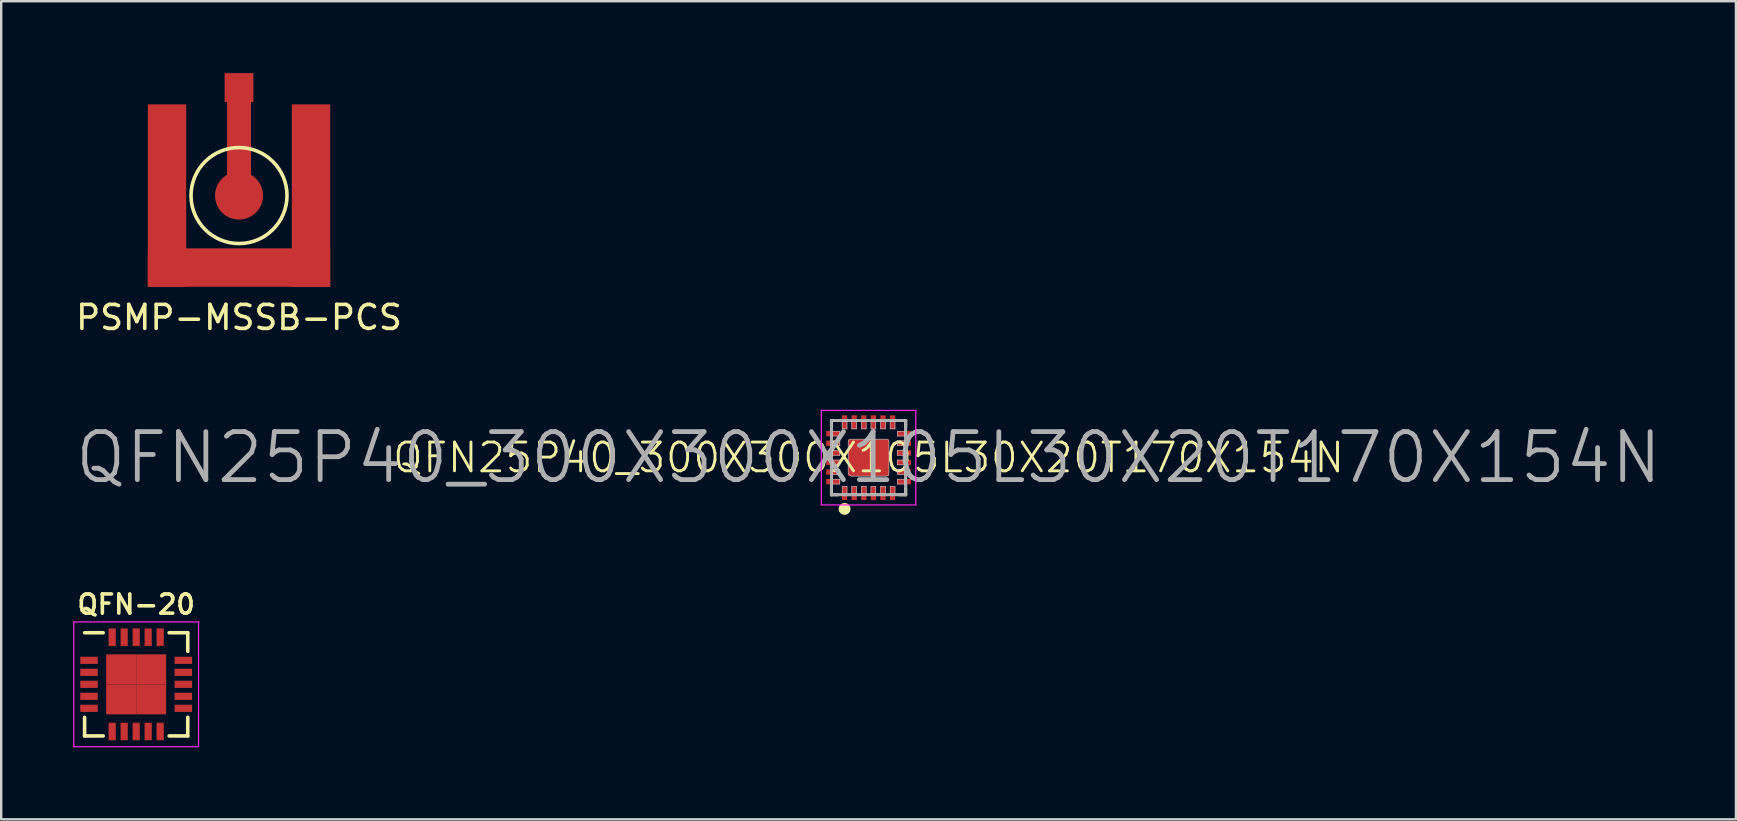
<source format=kicad_pcb>
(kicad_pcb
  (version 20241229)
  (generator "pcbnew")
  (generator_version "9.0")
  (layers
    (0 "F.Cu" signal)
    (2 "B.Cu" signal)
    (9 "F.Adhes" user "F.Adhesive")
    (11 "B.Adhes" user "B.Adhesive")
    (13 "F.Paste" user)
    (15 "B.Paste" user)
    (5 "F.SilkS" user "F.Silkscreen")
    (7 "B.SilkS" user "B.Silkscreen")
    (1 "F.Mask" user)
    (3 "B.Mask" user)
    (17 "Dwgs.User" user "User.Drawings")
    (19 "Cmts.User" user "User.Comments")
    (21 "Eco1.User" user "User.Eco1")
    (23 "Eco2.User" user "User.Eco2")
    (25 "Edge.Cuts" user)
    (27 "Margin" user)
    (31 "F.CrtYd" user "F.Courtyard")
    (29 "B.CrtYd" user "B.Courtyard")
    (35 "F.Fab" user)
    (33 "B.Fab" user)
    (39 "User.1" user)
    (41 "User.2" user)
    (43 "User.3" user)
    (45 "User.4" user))
  (footprint "QFN-20"
    (layer "F.Cu")
    (at 2.625 25.47)
    (property "Reference" "QFN-20" (at 0 -3.33 0) (layer "F.SilkS") (effects (font (size 0.8 0.8) (thickness 0.15))))
    (attr smd)
    (fp_line (start -2.15 -2.15) (end -1.375 -2.15) (stroke (width 0.15) (type solid)) (layer "F.SilkS"))
    (fp_line (start -2.15 2.15) (end -2.15 1.375) (stroke (width 0.15) (type solid)) (layer "F.SilkS"))
    (fp_line (start -2.15 2.15) (end -1.375 2.15) (stroke (width 0.15) (type solid)) (layer "F.SilkS"))
    (fp_line (start 2.15 -2.15) (end 1.375 -2.15) (stroke (width 0.15) (type solid)) (layer "F.SilkS"))
    (fp_line (start 2.15 -2.15) (end 2.15 -1.375) (stroke (width 0.15) (type solid)) (layer "F.SilkS"))
    (fp_line (start 2.15 2.15) (end 1.375 2.15) (stroke (width 0.15) (type solid)) (layer "F.SilkS"))
    (fp_line (start 2.15 2.15) (end 2.15 1.375) (stroke (width 0.15) (type solid)) (layer "F.SilkS"))
    (fp_line (start -2.6 -2.6) (end -2.6 2.6) (stroke (width 0.05) (type solid)) (layer "F.CrtYd"))
    (fp_line (start -2.6 -2.6) (end 2.6 -2.6) (stroke (width 0.05) (type solid)) (layer "F.CrtYd"))
    (fp_line (start -2.6 2.6) (end 2.6 2.6) (stroke (width 0.05) (type solid)) (layer "F.CrtYd"))
    (fp_line (start 2.6 -2.6) (end 2.6 2.6) (stroke (width 0.05) (type solid)) (layer "F.CrtYd"))
    (pad "1" smd rect (at -1.965 -1) (size 0.73 0.3) (layers "F.Cu" "F.Mask" "F.Paste"))
    (pad "2" smd rect (at -1.965 -0.5) (size 0.73 0.3) (layers "F.Cu" "F.Mask" "F.Paste"))
    (pad "3" smd rect (at -1.965 0) (size 0.73 0.3) (layers "F.Cu" "F.Mask" "F.Paste"))
    (pad "4" smd rect (at -1.965 0.5) (size 0.73 0.3) (layers "F.Cu" "F.Mask" "F.Paste"))
    (pad "5" smd rect (at -1.965 1) (size 0.73 0.3) (layers "F.Cu" "F.Mask" "F.Paste"))
    (pad "6" smd rect (at -1 1.965 90) (size 0.73 0.3) (layers "F.Cu" "F.Mask" "F.Paste"))
    (pad "7" smd rect (at -0.5 1.965 90) (size 0.73 0.3) (layers "F.Cu" "F.Mask" "F.Paste"))
    (pad "8" smd rect (at 0 1.965 90) (size 0.73 0.3) (layers "F.Cu" "F.Mask" "F.Paste"))
    (pad "9" smd rect (at 0.5 1.965 90) (size 0.73 0.3) (layers "F.Cu" "F.Mask" "F.Paste"))
    (pad "10" smd rect (at 1 1.965 90) (size 0.73 0.3) (layers "F.Cu" "F.Mask" "F.Paste"))
    (pad "11" smd rect (at 1.965 1) (size 0.73 0.3) (layers "F.Cu" "F.Mask" "F.Paste"))
    (pad "12" smd rect (at 1.965 0.5) (size 0.73 0.3) (layers "F.Cu" "F.Mask" "F.Paste"))
    (pad "13" smd rect (at 1.965 0) (size 0.73 0.3) (layers "F.Cu" "F.Mask" "F.Paste"))
    (pad "14" smd rect (at 1.965 -0.5) (size 0.73 0.3) (layers "F.Cu" "F.Mask" "F.Paste"))
    (pad "15" smd rect (at 1.965 -1) (size 0.73 0.3) (layers "F.Cu" "F.Mask" "F.Paste"))
    (pad "16" smd rect (at 1 -1.965 90) (size 0.73 0.3) (layers "F.Cu" "F.Mask" "F.Paste"))
    (pad "17" smd rect (at 0.5 -1.965 90) (size 0.73 0.3) (layers "F.Cu" "F.Mask" "F.Paste"))
    (pad "18" smd rect (at 0 -1.965 90) (size 0.73 0.3) (layers "F.Cu" "F.Mask" "F.Paste"))
    (pad "19" smd rect (at -0.5 -1.965 90) (size 0.73 0.3) (layers "F.Cu" "F.Mask" "F.Paste"))
    (pad "20" smd rect (at -1 -1.965 90) (size 0.73 0.3) (layers "F.Cu" "F.Mask" "F.Paste"))
    (pad "21" smd rect (at -0.625 -0.625) (size 1.25 1.25) (layers "F.Cu" "F.Mask" "F.Paste"))
    (pad "21" smd rect (at -0.625 0.625) (size 1.25 1.25) (layers "F.Cu" "F.Mask" "F.Paste"))
    (pad "21" smd rect (at 0.625 -0.625) (size 1.25 1.25) (layers "F.Cu" "F.Mask" "F.Paste"))
    (pad "21" smd rect (at 0.625 0.625) (size 1.25 1.25) (layers "F.Cu" "F.Mask" "F.Paste")))
  (footprint "PSMP-MSSB-PCS"
    (layer "F.Cu")
    (at 6.911 5.1)
    (property "Reference" "PSMP-MSSB-PCS" (at 0 5.08 0) (layer "F.SilkS") (effects (font (size 1 1) (thickness 0.15))))
    (attr smd)
    (fp_circle (center 0 0) (end -2 0) (stroke (width 0.15) (type solid)) (fill no) (layer "F.SilkS"))
    (pad "1" smd rect (at 0 -4.5) (size 1.2 1.2) (layers "F.Cu" "F.Mask" "F.Paste"))
    (pad "1" smd rect (at 0 -2.5) (size 1 5) (layers "F.Cu" "F.Mask" "F.Paste"))
    (pad "1" smd circle (at 0 0) (size 2 2) (layers "F.Cu" "F.Mask" "F.Paste"))
    (pad "2" smd rect (at -3 0) (size 1.6 7.6) (layers "F.Cu" "F.Mask" "F.Paste"))
    (pad "2" smd rect (at 0 3 90) (size 1.6 7.6) (layers "F.Cu" "F.Mask" "F.Paste"))
    (pad "2" smd rect (at 3 0) (size 1.6 7.6) (layers "F.Cu" "F.Mask" "F.Paste")))
  (footprint "QFN25P40_300X300X105L30X20T170X154N"
    (layer "F.Cu")
    (at 33.148 16.023)
    (property "Reference" "QFN25P40_300X300X105L30X20T170X154N" (at 0 0 0) (layer "F.SilkS") (effects (font (size 1.2 1.2) (thickness 0.12))))
    (attr smd)
    (fp_line (start -1.55 -1.55) (end -1.55 -1.29) (stroke (width 0.12) (type solid)) (layer "F.SilkS"))
    (fp_line (start -1.55 1.55) (end -1.55 1.29) (stroke (width 0.12) (type solid)) (layer "F.SilkS"))
    (fp_line (start -1.29 -1.55) (end -1.55 -1.55) (stroke (width 0.12) (type solid)) (layer "F.SilkS"))
    (fp_line (start -1.29 1.55) (end -1.55 1.55) (stroke (width 0.12) (type solid)) (layer "F.SilkS"))
    (fp_line (start 1.29 -1.55) (end 1.55 -1.55) (stroke (width 0.12) (type solid)) (layer "F.SilkS"))
    (fp_line (start 1.29 1.55) (end 1.55 1.55) (stroke (width 0.12) (type solid)) (layer "F.SilkS"))
    (fp_line (start 1.55 -1.55) (end 1.55 -1.29) (stroke (width 0.12) (type solid)) (layer "F.SilkS"))
    (fp_line (start 1.55 1.55) (end 1.55 1.29) (stroke (width 0.12) (type solid)) (layer "F.SilkS"))
    (fp_circle (center -1 2.135) (end -1 2.26) (stroke (width 0.25) (type solid)) (fill no) (layer "F.SilkS"))
    (fp_line (start -1.5 -1.5) (end 1.5 -1.5) (stroke (width 0.025) (type solid)) (layer "Dwgs.User"))
    (fp_line (start -1.5 -1.1) (end -1.2 -1.1) (stroke (width 0.025) (type solid)) (layer "Dwgs.User"))
    (fp_line (start -1.5 -0.9) (end -1.5 -1.1) (stroke (width 0.025) (type solid)) (layer "Dwgs.User"))
    (fp_line (start -1.5 -0.7) (end -1.2 -0.7) (stroke (width 0.025) (type solid)) (layer "Dwgs.User"))
    (fp_line (start -1.5 -0.5) (end -1.5 -0.7) (stroke (width 0.025) (type solid)) (layer "Dwgs.User"))
    (fp_line (start -1.5 -0.3) (end -1.2 -0.3) (stroke (width 0.025) (type solid)) (layer "Dwgs.User"))
    (fp_line (start -1.5 -0.1) (end -1.5 -0.3) (stroke (width 0.025) (type solid)) (layer "Dwgs.User"))
    (fp_line (start -1.5 0.1) (end -1.2 0.1) (stroke (width 0.025) (type solid)) (layer "Dwgs.User"))
    (fp_line (start -1.5 0.3) (end -1.5 0.1) (stroke (width 0.025) (type solid)) (layer "Dwgs.User"))
    (fp_line (start -1.5 0.5) (end -1.2 0.5) (stroke (width 0.025) (type solid)) (layer "Dwgs.User"))
    (fp_line (start -1.5 0.7) (end -1.5 0.5) (stroke (width 0.025) (type solid)) (layer "Dwgs.User"))
    (fp_line (start -1.5 0.9) (end -1.2 0.9) (stroke (width 0.025) (type solid)) (layer "Dwgs.User"))
    (fp_line (start -1.5 1.1) (end -1.5 0.9) (stroke (width 0.025) (type solid)) (layer "Dwgs.User"))
    (fp_line (start -1.5 1.5) (end -1.5 -1.5) (stroke (width 0.025) (type solid)) (layer "Dwgs.User"))
    (fp_line (start -1.2 -1.1) (end -1.2 -0.9) (stroke (width 0.025) (type solid)) (layer "Dwgs.User"))
    (fp_line (start -1.2 -0.9) (end -1.5 -0.9) (stroke (width 0.025) (type solid)) (layer "Dwgs.User"))
    (fp_line (start -1.2 -0.7) (end -1.2 -0.5) (stroke (width 0.025) (type solid)) (layer "Dwgs.User"))
    (fp_line (start -1.2 -0.5) (end -1.5 -0.5) (stroke (width 0.025) (type solid)) (layer "Dwgs.User"))
    (fp_line (start -1.2 -0.3) (end -1.2 -0.1) (stroke (width 0.025) (type solid)) (layer "Dwgs.User"))
    (fp_line (start -1.2 -0.1) (end -1.5 -0.1) (stroke (width 0.025) (type solid)) (layer "Dwgs.User"))
    (fp_line (start -1.2 0.1) (end -1.2 0.3) (stroke (width 0.025) (type solid)) (layer "Dwgs.User"))
    (fp_line (start -1.2 0.3) (end -1.5 0.3) (stroke (width 0.025) (type solid)) (layer "Dwgs.User"))
    (fp_line (start -1.2 0.5) (end -1.2 0.7) (stroke (width 0.025) (type solid)) (layer "Dwgs.User"))
    (fp_line (start -1.2 0.7) (end -1.5 0.7) (stroke (width 0.025) (type solid)) (layer "Dwgs.User"))
    (fp_line (start -1.2 0.9) (end -1.2 1.1) (stroke (width 0.025) (type solid)) (layer "Dwgs.User"))
    (fp_line (start -1.2 1.1) (end -1.5 1.1) (stroke (width 0.025) (type solid)) (layer "Dwgs.User"))
    (fp_line (start -1.1 -1.5) (end -0.9 -1.5) (stroke (width 0.025) (type solid)) (layer "Dwgs.User"))
    (fp_line (start -1.1 -1.2) (end -1.1 -1.5) (stroke (width 0.025) (type solid)) (layer "Dwgs.User"))
    (fp_line (start -1.1 1.2) (end -0.9 1.2) (stroke (width 0.025) (type solid)) (layer "Dwgs.User"))
    (fp_line (start -1.1 1.5) (end -1.1 1.2) (stroke (width 0.025) (type solid)) (layer "Dwgs.User"))
    (fp_line (start -0.9 -1.5) (end -0.9 -1.2) (stroke (width 0.025) (type solid)) (layer "Dwgs.User"))
    (fp_line (start -0.9 -1.2) (end -1.1 -1.2) (stroke (width 0.025) (type solid)) (layer "Dwgs.User"))
    (fp_line (start -0.9 1.2) (end -0.9 1.5) (stroke (width 0.025) (type solid)) (layer "Dwgs.User"))
    (fp_line (start -0.9 1.5) (end -1.1 1.5) (stroke (width 0.025) (type solid)) (layer "Dwgs.User"))
    (fp_line (start -0.85 -0.65) (end -0.85 0.65) (stroke (width 0.025) (type solid)) (layer "Dwgs.User"))
    (fp_line (start -0.85 0.65) (end -0.73 0.77) (stroke (width 0.025) (type solid)) (layer "Dwgs.User"))
    (fp_line (start -0.73 0.77) (end 0.73 0.77) (stroke (width 0.025) (type solid)) (layer "Dwgs.User"))
    (fp_line (start -0.7 -1.5) (end -0.5 -1.5) (stroke (width 0.025) (type solid)) (layer "Dwgs.User"))
    (fp_line (start -0.7 -1.2) (end -0.7 -1.5) (stroke (width 0.025) (type solid)) (layer "Dwgs.User"))
    (fp_line (start -0.7 1.2) (end -0.5 1.2) (stroke (width 0.025) (type solid)) (layer "Dwgs.User"))
    (fp_line (start -0.7 1.5) (end -0.7 1.2) (stroke (width 0.025) (type solid)) (layer "Dwgs.User"))
    (fp_line (start -0.5 -1.5) (end -0.5 -1.2) (stroke (width 0.025) (type solid)) (layer "Dwgs.User"))
    (fp_line (start -0.5 -1.2) (end -0.7 -1.2) (stroke (width 0.025) (type solid)) (layer "Dwgs.User"))
    (fp_line (start -0.5 1.2) (end -0.5 1.5) (stroke (width 0.025) (type solid)) (layer "Dwgs.User"))
    (fp_line (start -0.5 1.5) (end -0.7 1.5) (stroke (width 0.025) (type solid)) (layer "Dwgs.User"))
    (fp_line (start -0.3 -1.5) (end -0.1 -1.5) (stroke (width 0.025) (type solid)) (layer "Dwgs.User"))
    (fp_line (start -0.3 -1.2) (end -0.3 -1.5) (stroke (width 0.025) (type solid)) (layer "Dwgs.User"))
    (fp_line (start -0.3 1.2) (end -0.1 1.2) (stroke (width 0.025) (type solid)) (layer "Dwgs.User"))
    (fp_line (start -0.3 1.5) (end -0.3 1.2) (stroke (width 0.025) (type solid)) (layer "Dwgs.User"))
    (fp_line (start -0.1 -1.5) (end -0.1 -1.2) (stroke (width 0.025) (type solid)) (layer "Dwgs.User"))
    (fp_line (start -0.1 -1.2) (end -0.3 -1.2) (stroke (width 0.025) (type solid)) (layer "Dwgs.User"))
    (fp_line (start -0.1 1.2) (end -0.1 1.5) (stroke (width 0.025) (type solid)) (layer "Dwgs.User"))
    (fp_line (start -0.1 1.5) (end -0.3 1.5) (stroke (width 0.025) (type solid)) (layer "Dwgs.User"))
    (fp_line (start 0.1 -1.5) (end 0.3 -1.5) (stroke (width 0.025) (type solid)) (layer "Dwgs.User"))
    (fp_line (start 0.1 -1.2) (end 0.1 -1.5) (stroke (width 0.025) (type solid)) (layer "Dwgs.User"))
    (fp_line (start 0.1 1.2) (end 0.3 1.2) (stroke (width 0.025) (type solid)) (layer "Dwgs.User"))
    (fp_line (start 0.1 1.5) (end 0.1 1.2) (stroke (width 0.025) (type solid)) (layer "Dwgs.User"))
    (fp_line (start 0.3 -1.5) (end 0.3 -1.2) (stroke (width 0.025) (type solid)) (layer "Dwgs.User"))
    (fp_line (start 0.3 -1.2) (end 0.1 -1.2) (stroke (width 0.025) (type solid)) (layer "Dwgs.User"))
    (fp_line (start 0.3 1.2) (end 0.3 1.5) (stroke (width 0.025) (type solid)) (layer "Dwgs.User"))
    (fp_line (start 0.3 1.5) (end 0.1 1.5) (stroke (width 0.025) (type solid)) (layer "Dwgs.User"))
    (fp_line (start 0.5 -1.5) (end 0.7 -1.5) (stroke (width 0.025) (type solid)) (layer "Dwgs.User"))
    (fp_line (start 0.5 -1.2) (end 0.5 -1.5) (stroke (width 0.025) (type solid)) (layer "Dwgs.User"))
    (fp_line (start 0.5 1.2) (end 0.7 1.2) (stroke (width 0.025) (type solid)) (layer "Dwgs.User"))
    (fp_line (start 0.5 1.5) (end 0.5 1.2) (stroke (width 0.025) (type solid)) (layer "Dwgs.User"))
    (fp_line (start 0.7 -1.5) (end 0.7 -1.2) (stroke (width 0.025) (type solid)) (layer "Dwgs.User"))
    (fp_line (start 0.7 -1.2) (end 0.5 -1.2) (stroke (width 0.025) (type solid)) (layer "Dwgs.User"))
    (fp_line (start 0.7 1.2) (end 0.7 1.5) (stroke (width 0.025) (type solid)) (layer "Dwgs.User"))
    (fp_line (start 0.7 1.5) (end 0.5 1.5) (stroke (width 0.025) (type solid)) (layer "Dwgs.User"))
    (fp_line (start 0.73 -0.77) (end -0.73 -0.77) (stroke (width 0.025) (type solid)) (layer "Dwgs.User"))
    (fp_line (start 0.85 0.65) (end 0.85 -0.65) (stroke (width 0.025) (type solid)) (layer "Dwgs.User"))
    (fp_line (start 0.9 -1.5) (end 1.1 -1.5) (stroke (width 0.025) (type solid)) (layer "Dwgs.User"))
    (fp_line (start 0.9 -1.2) (end 0.9 -1.5) (stroke (width 0.025) (type solid)) (layer "Dwgs.User"))
    (fp_line (start 0.9 1.2) (end 1.1 1.2) (stroke (width 0.025) (type solid)) (layer "Dwgs.User"))
    (fp_line (start 0.9 1.5) (end 0.9 1.2) (stroke (width 0.025) (type solid)) (layer "Dwgs.User"))
    (fp_line (start 1.1 -1.5) (end 1.1 -1.2) (stroke (width 0.025) (type solid)) (layer "Dwgs.User"))
    (fp_line (start 1.1 -1.2) (end 0.9 -1.2) (stroke (width 0.025) (type solid)) (layer "Dwgs.User"))
    (fp_line (start 1.1 1.2) (end 1.1 1.5) (stroke (width 0.025) (type solid)) (layer "Dwgs.User"))
    (fp_line (start 1.1 1.5) (end 0.9 1.5) (stroke (width 0.025) (type solid)) (layer "Dwgs.User"))
    (fp_line (start 1.2 -1.1) (end 1.5 -1.1) (stroke (width 0.025) (type solid)) (layer "Dwgs.User"))
    (fp_line (start 1.2 -0.9) (end 1.2 -1.1) (stroke (width 0.025) (type solid)) (layer "Dwgs.User"))
    (fp_line (start 1.2 -0.7) (end 1.5 -0.7) (stroke (width 0.025) (type solid)) (layer "Dwgs.User"))
    (fp_line (start 1.2 -0.5) (end 1.2 -0.7) (stroke (width 0.025) (type solid)) (layer "Dwgs.User"))
    (fp_line (start 1.2 -0.3) (end 1.5 -0.3) (stroke (width 0.025) (type solid)) (layer "Dwgs.User"))
    (fp_line (start 1.2 -0.1) (end 1.2 -0.3) (stroke (width 0.025) (type solid)) (layer "Dwgs.User"))
    (fp_line (start 1.2 0.1) (end 1.5 0.1) (stroke (width 0.025) (type solid)) (layer "Dwgs.User"))
    (fp_line (start 1.2 0.3) (end 1.2 0.1) (stroke (width 0.025) (type solid)) (layer "Dwgs.User"))
    (fp_line (start 1.2 0.5) (end 1.5 0.5) (stroke (width 0.025) (type solid)) (layer "Dwgs.User"))
    (fp_line (start 1.2 0.7) (end 1.2 0.5) (stroke (width 0.025) (type solid)) (layer "Dwgs.User"))
    (fp_line (start 1.2 0.9) (end 1.5 0.9) (stroke (width 0.025) (type solid)) (layer "Dwgs.User"))
    (fp_line (start 1.2 1.1) (end 1.2 0.9) (stroke (width 0.025) (type solid)) (layer "Dwgs.User"))
    (fp_line (start 1.5 -1.5) (end 1.5 1.5) (stroke (width 0.025) (type solid)) (layer "Dwgs.User"))
    (fp_line (start 1.5 -1.1) (end 1.5 -0.9) (stroke (width 0.025) (type solid)) (layer "Dwgs.User"))
    (fp_line (start 1.5 -0.9) (end 1.2 -0.9) (stroke (width 0.025) (type solid)) (layer "Dwgs.User"))
    (fp_line (start 1.5 -0.7) (end 1.5 -0.5) (stroke (width 0.025) (type solid)) (layer "Dwgs.User"))
    (fp_line (start 1.5 -0.5) (end 1.2 -0.5) (stroke (width 0.025) (type solid)) (layer "Dwgs.User"))
    (fp_line (start 1.5 -0.3) (end 1.5 -0.1) (stroke (width 0.025) (type solid)) (layer "Dwgs.User"))
    (fp_line (start 1.5 -0.1) (end 1.2 -0.1) (stroke (width 0.025) (type solid)) (layer "Dwgs.User"))
    (fp_line (start 1.5 0.1) (end 1.5 0.3) (stroke (width 0.025) (type solid)) (layer "Dwgs.User"))
    (fp_line (start 1.5 0.3) (end 1.2 0.3) (stroke (width 0.025) (type solid)) (layer "Dwgs.User"))
    (fp_line (start 1.5 0.5) (end 1.5 0.7) (stroke (width 0.025) (type solid)) (layer "Dwgs.User"))
    (fp_line (start 1.5 0.7) (end 1.2 0.7) (stroke (width 0.025) (type solid)) (layer "Dwgs.User"))
    (fp_line (start 1.5 0.9) (end 1.5 1.1) (stroke (width 0.025) (type solid)) (layer "Dwgs.User"))
    (fp_line (start 1.5 1.1) (end 1.2 1.1) (stroke (width 0.025) (type solid)) (layer "Dwgs.User"))
    (fp_line (start 1.5 1.5) (end -1.5 1.5) (stroke (width 0.025) (type solid)) (layer "Dwgs.User"))
    (fp_arc (start -0.85 -0.65) (mid -0.814853 -0.734853) (end -0.73 -0.77) (stroke (width 0.025) (type solid)) (layer "Dwgs.User"))
    (fp_arc (start 0.73 -0.77) (mid 0.814853 -0.734853) (end 0.85 -0.65) (stroke (width 0.025) (type solid)) (layer "Dwgs.User"))
    (fp_arc (start 0.85 0.65) (mid 0.814853 0.734853) (end 0.73 0.77) (stroke (width 0.025) (type solid)) (layer "Dwgs.User"))
    (fp_line (start -1.97 -1.97) (end 1.97 -1.97) (stroke (width 0.05) (type solid)) (layer "F.CrtYd"))
    (fp_line (start -1.97 1.97) (end -1.97 -1.97) (stroke (width 0.05) (type solid)) (layer "F.CrtYd"))
    (fp_line (start 1.97 -1.97) (end 1.97 1.97) (stroke (width 0.05) (type solid)) (layer "F.CrtYd"))
    (fp_line (start 1.97 1.97) (end -1.97 1.97) (stroke (width 0.05) (type solid)) (layer "F.CrtYd"))
    (fp_line (start -1.55 -1.55) (end 1.55 -1.55) (stroke (width 0.12) (type solid)) (layer "F.Fab"))
    (fp_line (start -1.55 1.55) (end -1.55 -1.55) (stroke (width 0.12) (type solid)) (layer "F.Fab"))
    (fp_line (start 1.55 -1.55) (end 1.55 1.55) (stroke (width 0.12) (type solid)) (layer "F.Fab"))
    (fp_line (start 1.55 1.55) (end -1.55 1.55) (stroke (width 0.12) (type solid)) (layer "F.Fab"))
    (fp_text user "${REFERENCE}" (at 0 0 0) (layer "F.Fab") (effects (font (size 2 2) (thickness 0.2))))
    (pad "" smd roundrect (at -0.425 -0.385 90) (size 0.53 0.61) (layers "F.Paste") (roundrect_rratio 0.25))
    (pad "" smd roundrect (at -0.425 0.385 90) (size 0.53 0.61) (layers "F.Paste") (roundrect_rratio 0.25))
    (pad "" smd roundrect (at 0.425 -0.385 90) (size 0.53 0.61) (layers "F.Paste") (roundrect_rratio 0.25))
    (pad "" smd roundrect (at 0.425 0.385 90) (size 0.53 0.61) (layers "F.Paste") (roundrect_rratio 0.25))
    (pad "1" smd rect (at -1 1.475 90) (size 0.58 0.22) (layers "F.Cu" "F.Mask" "F.Paste"))
    (pad "2" smd rect (at -0.6 1.475 90) (size 0.58 0.22) (layers "F.Cu" "F.Mask" "F.Paste"))
    (pad "3" smd rect (at -0.2 1.475 90) (size 0.58 0.22) (layers "F.Cu" "F.Mask" "F.Paste"))
    (pad "4" smd rect (at 0.2 1.475 90) (size 0.58 0.22) (layers "F.Cu" "F.Mask" "F.Paste"))
    (pad "5" smd rect (at 0.6 1.475 90) (size 0.58 0.22) (layers "F.Cu" "F.Mask" "F.Paste"))
    (pad "6" smd rect (at 1 1.475 90) (size 0.58 0.22) (layers "F.Cu" "F.Mask" "F.Paste"))
    (pad "7" smd rect (at 1.475 1) (size 0.58 0.22) (layers "F.Cu" "F.Mask" "F.Paste"))
    (pad "8" smd rect (at 1.475 0.6) (size 0.58 0.22) (layers "F.Cu" "F.Mask" "F.Paste"))
    (pad "9" smd rect (at 1.475 0.2) (size 0.58 0.22) (layers "F.Cu" "F.Mask" "F.Paste"))
    (pad "10" smd rect (at 1.475 -0.2) (size 0.58 0.22) (layers "F.Cu" "F.Mask" "F.Paste"))
    (pad "11" smd rect (at 1.475 -0.6) (size 0.58 0.22) (layers "F.Cu" "F.Mask" "F.Paste"))
    (pad "12" smd rect (at 1.475 -1) (size 0.58 0.22) (layers "F.Cu" "F.Mask" "F.Paste"))
    (pad "13" smd rect (at 1 -1.475 90) (size 0.58 0.22) (layers "F.Cu" "F.Mask" "F.Paste"))
    (pad "14" smd rect (at 0.6 -1.475 90) (size 0.58 0.22) (layers "F.Cu" "F.Mask" "F.Paste"))
    (pad "15" smd rect (at 0.2 -1.475 90) (size 0.58 0.22) (layers "F.Cu" "F.Mask" "F.Paste"))
    (pad "16" smd rect (at -0.2 -1.475 90) (size 0.58 0.22) (layers "F.Cu" "F.Mask" "F.Paste"))
    (pad "17" smd rect (at -0.6 -1.475 90) (size 0.58 0.22) (layers "F.Cu" "F.Mask" "F.Paste"))
    (pad "18" smd rect (at -1 -1.475 90) (size 0.58 0.22) (layers "F.Cu" "F.Mask" "F.Paste"))
    (pad "19" smd rect (at -1.475 -1) (size 0.58 0.22) (layers "F.Cu" "F.Mask" "F.Paste"))
    (pad "20" smd rect (at -1.475 -0.6) (size 0.58 0.22) (layers "F.Cu" "F.Mask" "F.Paste"))
    (pad "21" smd rect (at -1.475 -0.2) (size 0.58 0.22) (layers "F.Cu" "F.Mask" "F.Paste"))
    (pad "22" smd rect (at -1.475 0.2) (size 0.58 0.22) (layers "F.Cu" "F.Mask" "F.Paste"))
    (pad "23" smd rect (at -1.475 0.6) (size 0.58 0.22) (layers "F.Cu" "F.Mask" "F.Paste"))
    (pad "24" smd rect (at -1.475 1) (size 0.58 0.22) (layers "F.Cu" "F.Mask" "F.Paste"))
    (pad "25" smd rect (at 0 0 90) (size 1.54 1.7) (layers "F.Cu" "F.Mask")))
  (gr_rect
    (start -3 -3)
    (end 69.295 31.095)
    (stroke (width 0.1) (type default))
    (fill no)
    (layer "Edge.Cuts")))
</source>
